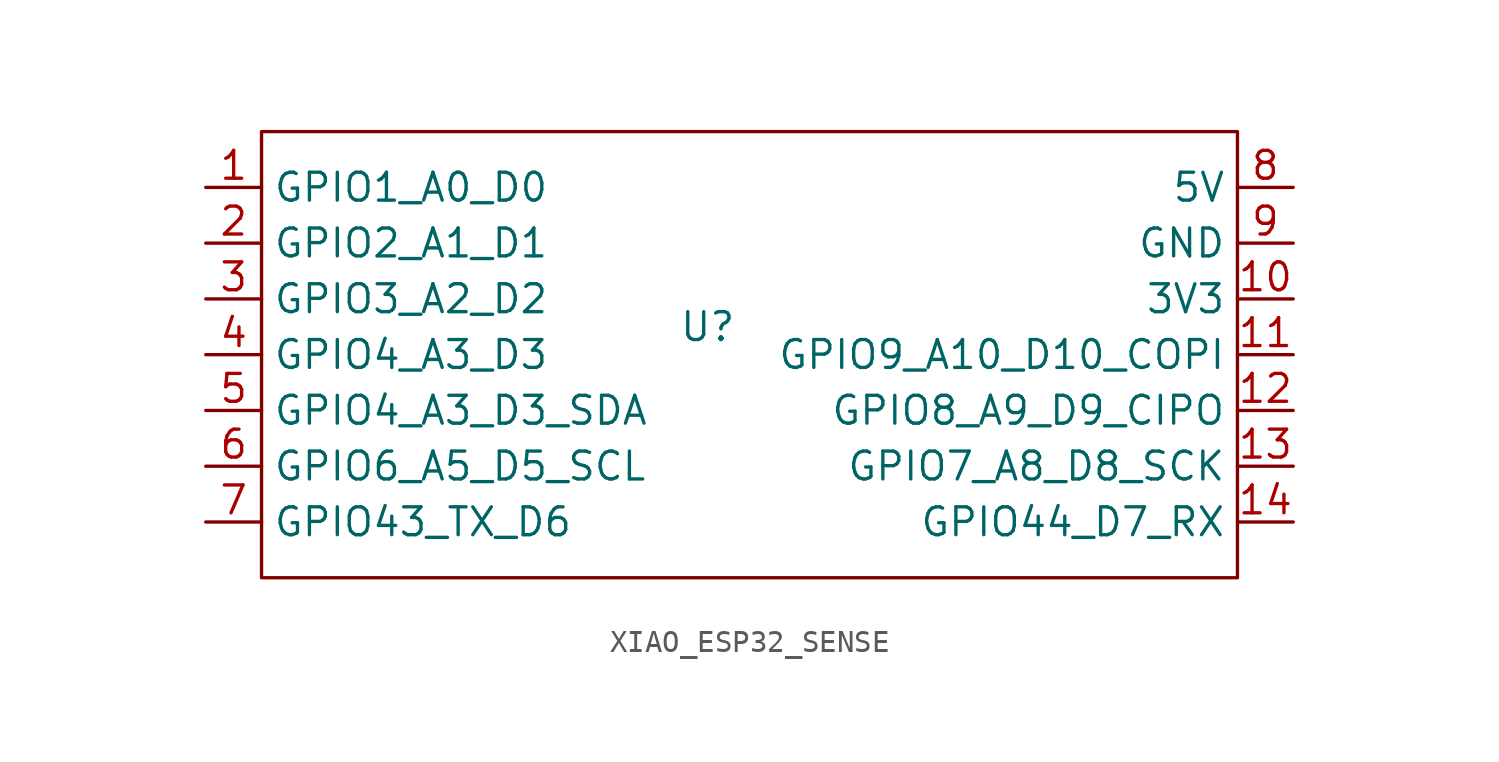
<source format=kicad_sym>
(kicad_symbol_lib
  (version 20220914)
  (generator kicad_symbol_editor)
  (symbol "XIAO_ESP32_SENSE"
    (property "Reference" "U"
      (at 0 0 0)
      (effects (font (size 1.27 1.27))))
    (property "Value" ""
      (at 0 0 0)
      (effects (font (size 1.27 1.27))))
    (symbol "XIAO_ESP32_SENSE_0_1"
      (polyline (pts (xy -20.32 8.89) (xy -20.32 -11.43) (xy 24.13 -11.43) (xy 24.13 8.89) (xy -20.32 8.89)) (stroke (width 0) (type default)) (fill (type none))))
    (symbol "XIAO_ESP32_SENSE_1_1"
      (pin bidirectional line (at -22.86 6.35 0) (length 2.54) (name "GPIO1_A0_D0" (effects (font (size 1.27 1.27)))) (number "1" (effects (font (size 1.27 1.27)))))
      (pin bidirectional line (at 26.67 1.27 180) (length 2.54) (name "3V3" (effects (font (size 1.27 1.27)))) (number "10" (effects (font (size 1.27 1.27)))))
      (pin bidirectional line (at 26.67 -1.27 180) (length 2.54) (name "GPIO9_A10_D10_COPI" (effects (font (size 1.27 1.27)))) (number "11" (effects (font (size 1.27 1.27)))))
      (pin bidirectional line (at 26.67 -3.81 180) (length 2.54) (name "GPIO8_A9_D9_CIPO" (effects (font (size 1.27 1.27)))) (number "12" (effects (font (size 1.27 1.27)))))
      (pin bidirectional line (at 26.67 -6.35 180) (length 2.54) (name "GPIO7_A8_D8_SCK" (effects (font (size 1.27 1.27)))) (number "13" (effects (font (size 1.27 1.27)))))
      (pin bidirectional line (at 26.67 -8.89 180) (length 2.54) (name "GPIO44_D7_RX" (effects (font (size 1.27 1.27)))) (number "14" (effects (font (size 1.27 1.27)))))
      (pin bidirectional line (at -22.86 3.81 0) (length 2.54) (name "GPIO2_A1_D1" (effects (font (size 1.27 1.27)))) (number "2" (effects (font (size 1.27 1.27)))))
      (pin bidirectional line (at -22.86 1.27 0) (length 2.54) (name "GPIO3_A2_D2" (effects (font (size 1.27 1.27)))) (number "3" (effects (font (size 1.27 1.27)))))
      (pin bidirectional line (at -22.86 -1.27 0) (length 2.54) (name "GPIO4_A3_D3" (effects (font (size 1.27 1.27)))) (number "4" (effects (font (size 1.27 1.27)))))
      (pin bidirectional line (at -22.86 -3.81 0) (length 2.54) (name "GPIO4_A3_D3_SDA" (effects (font (size 1.27 1.27)))) (number "5" (effects (font (size 1.27 1.27)))))
      (pin bidirectional line (at -22.86 -6.35 0) (length 2.54) (name "GPIO6_A5_D5_SCL" (effects (font (size 1.27 1.27)))) (number "6" (effects (font (size 1.27 1.27)))))
      (pin bidirectional line (at -22.86 -8.89 0) (length 2.54) (name "GPIO43_TX_D6" (effects (font (size 1.27 1.27)))) (number "7" (effects (font (size 1.27 1.27)))))
      (pin bidirectional line (at 26.67 6.35 180) (length 2.54) (name "5V" (effects (font (size 1.27 1.27)))) (number "8" (effects (font (size 1.27 1.27)))))
      (pin bidirectional line (at 26.67 3.81 180) (length 2.54) (name "GND" (effects (font (size 1.27 1.27)))) (number "9" (effects (font (size 1.27 1.27))))))))
</source>
